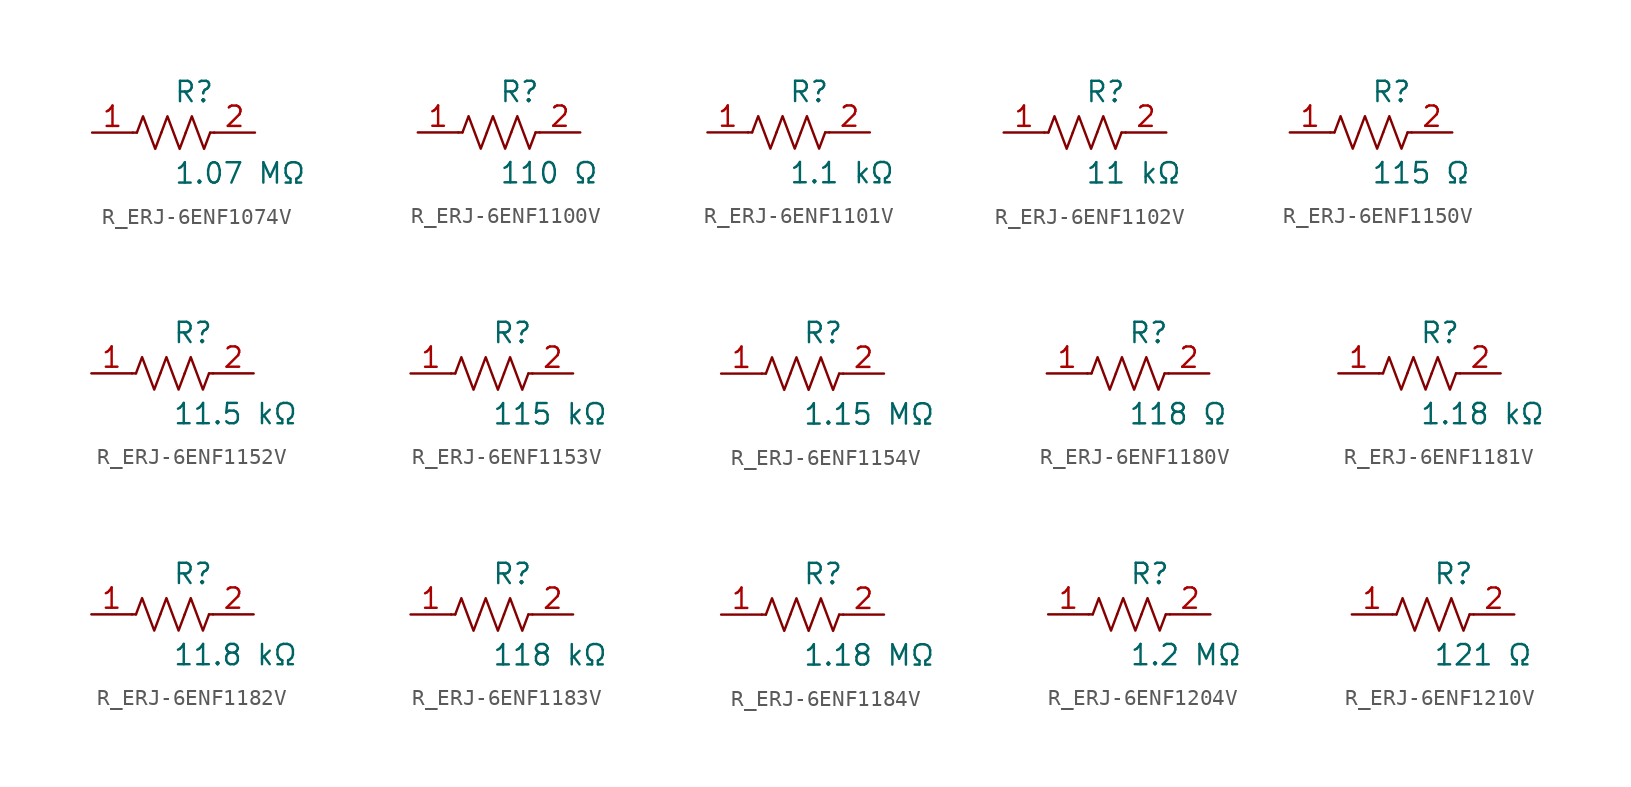
<source format=kicad_sym>
(kicad_symbol_lib
  (version 20231120)
  (generator kicad_symbol_editor)
  (generator_version 8.0)
  (symbol "R_ERJ-6ENF1074V"
    (pin_names
      (offset 0.254))
    (property "Reference" "R"
      (at 0.0 2.54 0)
      (effects (font (size 1.27 1.27)) (justify left)))
    (property "Value" "1.07 MΩ"
      (at 0.0 -2.54 0)
      (effects (font (size 1.27 1.27)) (justify left)))
    (symbol "R_ERJ-6ENF1074V_0_1"
      (polyline (pts (xy 2.286 0) (xy 2.54 0)) (stroke (width 0) (type default)) (fill (type none)))
      (polyline (pts (xy -2.286 0) (xy -2.54 0)) (stroke (width 0) (type default)) (fill (type none)))
      (polyline (pts (xy 0.762 0) (xy 1.143 1.016) (xy 1.524 0) (xy 1.905 -1.016) (xy 2.286 0)) (stroke (width 0) (type default)) (fill (type none)))
      (polyline (pts (xy -0.762 0) (xy -0.381 1.016) (xy 0 0) (xy 0.381 -1.016) (xy 0.762 0)) (stroke (width 0) (type default)) (fill (type none)))
      (polyline (pts (xy -2.286 0) (xy -1.905 1.016) (xy -1.524 0) (xy -1.143 -1.016) (xy -0.762 0)) (stroke (width 0) (type default)) (fill (type none))))
    (pin unspecified line
      (at -5.08 0 0)
      (length 2.54)
      (name "" (effects (font (size 1.27 1.27))))
      (number "1" (effects (font (size 1.27 1.27)))))
    (pin unspecified line
      (at 5.08 0 180)
      (length 2.54)
      (name "" (effects (font (size 1.27 1.27))))
      (number "2" (effects (font (size 1.27 1.27))))))
  (symbol "R_ERJ-6ENF1100V"
    (pin_names
      (offset 0.254))
    (property "Reference" "R"
      (at 0.0 2.54 0)
      (effects (font (size 1.27 1.27)) (justify left)))
    (property "Value" "110 Ω"
      (at 0.0 -2.54 0)
      (effects (font (size 1.27 1.27)) (justify left)))
    (symbol "R_ERJ-6ENF1100V_0_1"
      (polyline (pts (xy 2.286 0) (xy 2.54 0)) (stroke (width 0) (type default)) (fill (type none)))
      (polyline (pts (xy -2.286 0) (xy -2.54 0)) (stroke (width 0) (type default)) (fill (type none)))
      (polyline (pts (xy 0.762 0) (xy 1.143 1.016) (xy 1.524 0) (xy 1.905 -1.016) (xy 2.286 0)) (stroke (width 0) (type default)) (fill (type none)))
      (polyline (pts (xy -0.762 0) (xy -0.381 1.016) (xy 0 0) (xy 0.381 -1.016) (xy 0.762 0)) (stroke (width 0) (type default)) (fill (type none)))
      (polyline (pts (xy -2.286 0) (xy -1.905 1.016) (xy -1.524 0) (xy -1.143 -1.016) (xy -0.762 0)) (stroke (width 0) (type default)) (fill (type none))))
    (pin unspecified line
      (at -5.08 0 0)
      (length 2.54)
      (name "" (effects (font (size 1.27 1.27))))
      (number "1" (effects (font (size 1.27 1.27)))))
    (pin unspecified line
      (at 5.08 0 180)
      (length 2.54)
      (name "" (effects (font (size 1.27 1.27))))
      (number "2" (effects (font (size 1.27 1.27))))))
  (symbol "R_ERJ-6ENF1101V"
    (pin_names
      (offset 0.254))
    (property "Reference" "R"
      (at 0.0 2.54 0)
      (effects (font (size 1.27 1.27)) (justify left)))
    (property "Value" "1.1 kΩ"
      (at 0.0 -2.54 0)
      (effects (font (size 1.27 1.27)) (justify left)))
    (symbol "R_ERJ-6ENF1101V_0_1"
      (polyline (pts (xy 2.286 0) (xy 2.54 0)) (stroke (width 0) (type default)) (fill (type none)))
      (polyline (pts (xy -2.286 0) (xy -2.54 0)) (stroke (width 0) (type default)) (fill (type none)))
      (polyline (pts (xy 0.762 0) (xy 1.143 1.016) (xy 1.524 0) (xy 1.905 -1.016) (xy 2.286 0)) (stroke (width 0) (type default)) (fill (type none)))
      (polyline (pts (xy -0.762 0) (xy -0.381 1.016) (xy 0 0) (xy 0.381 -1.016) (xy 0.762 0)) (stroke (width 0) (type default)) (fill (type none)))
      (polyline (pts (xy -2.286 0) (xy -1.905 1.016) (xy -1.524 0) (xy -1.143 -1.016) (xy -0.762 0)) (stroke (width 0) (type default)) (fill (type none))))
    (pin unspecified line
      (at -5.08 0 0)
      (length 2.54)
      (name "" (effects (font (size 1.27 1.27))))
      (number "1" (effects (font (size 1.27 1.27)))))
    (pin unspecified line
      (at 5.08 0 180)
      (length 2.54)
      (name "" (effects (font (size 1.27 1.27))))
      (number "2" (effects (font (size 1.27 1.27))))))
  (symbol "R_ERJ-6ENF1102V"
    (pin_names
      (offset 0.254))
    (property "Reference" "R"
      (at 0.0 2.54 0)
      (effects (font (size 1.27 1.27)) (justify left)))
    (property "Value" "11 kΩ"
      (at 0.0 -2.54 0)
      (effects (font (size 1.27 1.27)) (justify left)))
    (symbol "R_ERJ-6ENF1102V_0_1"
      (polyline (pts (xy 2.286 0) (xy 2.54 0)) (stroke (width 0) (type default)) (fill (type none)))
      (polyline (pts (xy -2.286 0) (xy -2.54 0)) (stroke (width 0) (type default)) (fill (type none)))
      (polyline (pts (xy 0.762 0) (xy 1.143 1.016) (xy 1.524 0) (xy 1.905 -1.016) (xy 2.286 0)) (stroke (width 0) (type default)) (fill (type none)))
      (polyline (pts (xy -0.762 0) (xy -0.381 1.016) (xy 0 0) (xy 0.381 -1.016) (xy 0.762 0)) (stroke (width 0) (type default)) (fill (type none)))
      (polyline (pts (xy -2.286 0) (xy -1.905 1.016) (xy -1.524 0) (xy -1.143 -1.016) (xy -0.762 0)) (stroke (width 0) (type default)) (fill (type none))))
    (pin unspecified line
      (at -5.08 0 0)
      (length 2.54)
      (name "" (effects (font (size 1.27 1.27))))
      (number "1" (effects (font (size 1.27 1.27)))))
    (pin unspecified line
      (at 5.08 0 180)
      (length 2.54)
      (name "" (effects (font (size 1.27 1.27))))
      (number "2" (effects (font (size 1.27 1.27))))))
  (symbol "R_ERJ-6ENF1150V"
    (pin_names
      (offset 0.254))
    (property "Reference" "R"
      (at 0.0 2.54 0)
      (effects (font (size 1.27 1.27)) (justify left)))
    (property "Value" "115 Ω"
      (at 0.0 -2.54 0)
      (effects (font (size 1.27 1.27)) (justify left)))
    (symbol "R_ERJ-6ENF1150V_0_1"
      (polyline (pts (xy 2.286 0) (xy 2.54 0)) (stroke (width 0) (type default)) (fill (type none)))
      (polyline (pts (xy -2.286 0) (xy -2.54 0)) (stroke (width 0) (type default)) (fill (type none)))
      (polyline (pts (xy 0.762 0) (xy 1.143 1.016) (xy 1.524 0) (xy 1.905 -1.016) (xy 2.286 0)) (stroke (width 0) (type default)) (fill (type none)))
      (polyline (pts (xy -0.762 0) (xy -0.381 1.016) (xy 0 0) (xy 0.381 -1.016) (xy 0.762 0)) (stroke (width 0) (type default)) (fill (type none)))
      (polyline (pts (xy -2.286 0) (xy -1.905 1.016) (xy -1.524 0) (xy -1.143 -1.016) (xy -0.762 0)) (stroke (width 0) (type default)) (fill (type none))))
    (pin unspecified line
      (at -5.08 0 0)
      (length 2.54)
      (name "" (effects (font (size 1.27 1.27))))
      (number "1" (effects (font (size 1.27 1.27)))))
    (pin unspecified line
      (at 5.08 0 180)
      (length 2.54)
      (name "" (effects (font (size 1.27 1.27))))
      (number "2" (effects (font (size 1.27 1.27))))))
  (symbol "R_ERJ-6ENF1152V"
    (pin_names
      (offset 0.254))
    (property "Reference" "R"
      (at 0.0 2.54 0)
      (effects (font (size 1.27 1.27)) (justify left)))
    (property "Value" "11.5 kΩ"
      (at 0.0 -2.54 0)
      (effects (font (size 1.27 1.27)) (justify left)))
    (symbol "R_ERJ-6ENF1152V_0_1"
      (polyline (pts (xy 2.286 0) (xy 2.54 0)) (stroke (width 0) (type default)) (fill (type none)))
      (polyline (pts (xy -2.286 0) (xy -2.54 0)) (stroke (width 0) (type default)) (fill (type none)))
      (polyline (pts (xy 0.762 0) (xy 1.143 1.016) (xy 1.524 0) (xy 1.905 -1.016) (xy 2.286 0)) (stroke (width 0) (type default)) (fill (type none)))
      (polyline (pts (xy -0.762 0) (xy -0.381 1.016) (xy 0 0) (xy 0.381 -1.016) (xy 0.762 0)) (stroke (width 0) (type default)) (fill (type none)))
      (polyline (pts (xy -2.286 0) (xy -1.905 1.016) (xy -1.524 0) (xy -1.143 -1.016) (xy -0.762 0)) (stroke (width 0) (type default)) (fill (type none))))
    (pin unspecified line
      (at -5.08 0 0)
      (length 2.54)
      (name "" (effects (font (size 1.27 1.27))))
      (number "1" (effects (font (size 1.27 1.27)))))
    (pin unspecified line
      (at 5.08 0 180)
      (length 2.54)
      (name "" (effects (font (size 1.27 1.27))))
      (number "2" (effects (font (size 1.27 1.27))))))
  (symbol "R_ERJ-6ENF1153V"
    (pin_names
      (offset 0.254))
    (property "Reference" "R"
      (at 0.0 2.54 0)
      (effects (font (size 1.27 1.27)) (justify left)))
    (property "Value" "115 kΩ"
      (at 0.0 -2.54 0)
      (effects (font (size 1.27 1.27)) (justify left)))
    (symbol "R_ERJ-6ENF1153V_0_1"
      (polyline (pts (xy 2.286 0) (xy 2.54 0)) (stroke (width 0) (type default)) (fill (type none)))
      (polyline (pts (xy -2.286 0) (xy -2.54 0)) (stroke (width 0) (type default)) (fill (type none)))
      (polyline (pts (xy 0.762 0) (xy 1.143 1.016) (xy 1.524 0) (xy 1.905 -1.016) (xy 2.286 0)) (stroke (width 0) (type default)) (fill (type none)))
      (polyline (pts (xy -0.762 0) (xy -0.381 1.016) (xy 0 0) (xy 0.381 -1.016) (xy 0.762 0)) (stroke (width 0) (type default)) (fill (type none)))
      (polyline (pts (xy -2.286 0) (xy -1.905 1.016) (xy -1.524 0) (xy -1.143 -1.016) (xy -0.762 0)) (stroke (width 0) (type default)) (fill (type none))))
    (pin unspecified line
      (at -5.08 0 0)
      (length 2.54)
      (name "" (effects (font (size 1.27 1.27))))
      (number "1" (effects (font (size 1.27 1.27)))))
    (pin unspecified line
      (at 5.08 0 180)
      (length 2.54)
      (name "" (effects (font (size 1.27 1.27))))
      (number "2" (effects (font (size 1.27 1.27))))))
  (symbol "R_ERJ-6ENF1154V"
    (pin_names
      (offset 0.254))
    (property "Reference" "R"
      (at 0.0 2.54 0)
      (effects (font (size 1.27 1.27)) (justify left)))
    (property "Value" "1.15 MΩ"
      (at 0.0 -2.54 0)
      (effects (font (size 1.27 1.27)) (justify left)))
    (symbol "R_ERJ-6ENF1154V_0_1"
      (polyline (pts (xy 2.286 0) (xy 2.54 0)) (stroke (width 0) (type default)) (fill (type none)))
      (polyline (pts (xy -2.286 0) (xy -2.54 0)) (stroke (width 0) (type default)) (fill (type none)))
      (polyline (pts (xy 0.762 0) (xy 1.143 1.016) (xy 1.524 0) (xy 1.905 -1.016) (xy 2.286 0)) (stroke (width 0) (type default)) (fill (type none)))
      (polyline (pts (xy -0.762 0) (xy -0.381 1.016) (xy 0 0) (xy 0.381 -1.016) (xy 0.762 0)) (stroke (width 0) (type default)) (fill (type none)))
      (polyline (pts (xy -2.286 0) (xy -1.905 1.016) (xy -1.524 0) (xy -1.143 -1.016) (xy -0.762 0)) (stroke (width 0) (type default)) (fill (type none))))
    (pin unspecified line
      (at -5.08 0 0)
      (length 2.54)
      (name "" (effects (font (size 1.27 1.27))))
      (number "1" (effects (font (size 1.27 1.27)))))
    (pin unspecified line
      (at 5.08 0 180)
      (length 2.54)
      (name "" (effects (font (size 1.27 1.27))))
      (number "2" (effects (font (size 1.27 1.27))))))
  (symbol "R_ERJ-6ENF1180V"
    (pin_names
      (offset 0.254))
    (property "Reference" "R"
      (at 0.0 2.54 0)
      (effects (font (size 1.27 1.27)) (justify left)))
    (property "Value" "118 Ω"
      (at 0.0 -2.54 0)
      (effects (font (size 1.27 1.27)) (justify left)))
    (symbol "R_ERJ-6ENF1180V_0_1"
      (polyline (pts (xy 2.286 0) (xy 2.54 0)) (stroke (width 0) (type default)) (fill (type none)))
      (polyline (pts (xy -2.286 0) (xy -2.54 0)) (stroke (width 0) (type default)) (fill (type none)))
      (polyline (pts (xy 0.762 0) (xy 1.143 1.016) (xy 1.524 0) (xy 1.905 -1.016) (xy 2.286 0)) (stroke (width 0) (type default)) (fill (type none)))
      (polyline (pts (xy -0.762 0) (xy -0.381 1.016) (xy 0 0) (xy 0.381 -1.016) (xy 0.762 0)) (stroke (width 0) (type default)) (fill (type none)))
      (polyline (pts (xy -2.286 0) (xy -1.905 1.016) (xy -1.524 0) (xy -1.143 -1.016) (xy -0.762 0)) (stroke (width 0) (type default)) (fill (type none))))
    (pin unspecified line
      (at -5.08 0 0)
      (length 2.54)
      (name "" (effects (font (size 1.27 1.27))))
      (number "1" (effects (font (size 1.27 1.27)))))
    (pin unspecified line
      (at 5.08 0 180)
      (length 2.54)
      (name "" (effects (font (size 1.27 1.27))))
      (number "2" (effects (font (size 1.27 1.27))))))
  (symbol "R_ERJ-6ENF1181V"
    (pin_names
      (offset 0.254))
    (property "Reference" "R"
      (at 0.0 2.54 0)
      (effects (font (size 1.27 1.27)) (justify left)))
    (property "Value" "1.18 kΩ"
      (at 0.0 -2.54 0)
      (effects (font (size 1.27 1.27)) (justify left)))
    (symbol "R_ERJ-6ENF1181V_0_1"
      (polyline (pts (xy 2.286 0) (xy 2.54 0)) (stroke (width 0) (type default)) (fill (type none)))
      (polyline (pts (xy -2.286 0) (xy -2.54 0)) (stroke (width 0) (type default)) (fill (type none)))
      (polyline (pts (xy 0.762 0) (xy 1.143 1.016) (xy 1.524 0) (xy 1.905 -1.016) (xy 2.286 0)) (stroke (width 0) (type default)) (fill (type none)))
      (polyline (pts (xy -0.762 0) (xy -0.381 1.016) (xy 0 0) (xy 0.381 -1.016) (xy 0.762 0)) (stroke (width 0) (type default)) (fill (type none)))
      (polyline (pts (xy -2.286 0) (xy -1.905 1.016) (xy -1.524 0) (xy -1.143 -1.016) (xy -0.762 0)) (stroke (width 0) (type default)) (fill (type none))))
    (pin unspecified line
      (at -5.08 0 0)
      (length 2.54)
      (name "" (effects (font (size 1.27 1.27))))
      (number "1" (effects (font (size 1.27 1.27)))))
    (pin unspecified line
      (at 5.08 0 180)
      (length 2.54)
      (name "" (effects (font (size 1.27 1.27))))
      (number "2" (effects (font (size 1.27 1.27))))))
  (symbol "R_ERJ-6ENF1182V"
    (pin_names
      (offset 0.254))
    (property "Reference" "R"
      (at 0.0 2.54 0)
      (effects (font (size 1.27 1.27)) (justify left)))
    (property "Value" "11.8 kΩ"
      (at 0.0 -2.54 0)
      (effects (font (size 1.27 1.27)) (justify left)))
    (symbol "R_ERJ-6ENF1182V_0_1"
      (polyline (pts (xy 2.286 0) (xy 2.54 0)) (stroke (width 0) (type default)) (fill (type none)))
      (polyline (pts (xy -2.286 0) (xy -2.54 0)) (stroke (width 0) (type default)) (fill (type none)))
      (polyline (pts (xy 0.762 0) (xy 1.143 1.016) (xy 1.524 0) (xy 1.905 -1.016) (xy 2.286 0)) (stroke (width 0) (type default)) (fill (type none)))
      (polyline (pts (xy -0.762 0) (xy -0.381 1.016) (xy 0 0) (xy 0.381 -1.016) (xy 0.762 0)) (stroke (width 0) (type default)) (fill (type none)))
      (polyline (pts (xy -2.286 0) (xy -1.905 1.016) (xy -1.524 0) (xy -1.143 -1.016) (xy -0.762 0)) (stroke (width 0) (type default)) (fill (type none))))
    (pin unspecified line
      (at -5.08 0 0)
      (length 2.54)
      (name "" (effects (font (size 1.27 1.27))))
      (number "1" (effects (font (size 1.27 1.27)))))
    (pin unspecified line
      (at 5.08 0 180)
      (length 2.54)
      (name "" (effects (font (size 1.27 1.27))))
      (number "2" (effects (font (size 1.27 1.27))))))
  (symbol "R_ERJ-6ENF1183V"
    (pin_names
      (offset 0.254))
    (property "Reference" "R"
      (at 0.0 2.54 0)
      (effects (font (size 1.27 1.27)) (justify left)))
    (property "Value" "118 kΩ"
      (at 0.0 -2.54 0)
      (effects (font (size 1.27 1.27)) (justify left)))
    (symbol "R_ERJ-6ENF1183V_0_1"
      (polyline (pts (xy 2.286 0) (xy 2.54 0)) (stroke (width 0) (type default)) (fill (type none)))
      (polyline (pts (xy -2.286 0) (xy -2.54 0)) (stroke (width 0) (type default)) (fill (type none)))
      (polyline (pts (xy 0.762 0) (xy 1.143 1.016) (xy 1.524 0) (xy 1.905 -1.016) (xy 2.286 0)) (stroke (width 0) (type default)) (fill (type none)))
      (polyline (pts (xy -0.762 0) (xy -0.381 1.016) (xy 0 0) (xy 0.381 -1.016) (xy 0.762 0)) (stroke (width 0) (type default)) (fill (type none)))
      (polyline (pts (xy -2.286 0) (xy -1.905 1.016) (xy -1.524 0) (xy -1.143 -1.016) (xy -0.762 0)) (stroke (width 0) (type default)) (fill (type none))))
    (pin unspecified line
      (at -5.08 0 0)
      (length 2.54)
      (name "" (effects (font (size 1.27 1.27))))
      (number "1" (effects (font (size 1.27 1.27)))))
    (pin unspecified line
      (at 5.08 0 180)
      (length 2.54)
      (name "" (effects (font (size 1.27 1.27))))
      (number "2" (effects (font (size 1.27 1.27))))))
  (symbol "R_ERJ-6ENF1184V"
    (pin_names
      (offset 0.254))
    (property "Reference" "R"
      (at 0.0 2.54 0)
      (effects (font (size 1.27 1.27)) (justify left)))
    (property "Value" "1.18 MΩ"
      (at 0.0 -2.54 0)
      (effects (font (size 1.27 1.27)) (justify left)))
    (symbol "R_ERJ-6ENF1184V_0_1"
      (polyline (pts (xy 2.286 0) (xy 2.54 0)) (stroke (width 0) (type default)) (fill (type none)))
      (polyline (pts (xy -2.286 0) (xy -2.54 0)) (stroke (width 0) (type default)) (fill (type none)))
      (polyline (pts (xy 0.762 0) (xy 1.143 1.016) (xy 1.524 0) (xy 1.905 -1.016) (xy 2.286 0)) (stroke (width 0) (type default)) (fill (type none)))
      (polyline (pts (xy -0.762 0) (xy -0.381 1.016) (xy 0 0) (xy 0.381 -1.016) (xy 0.762 0)) (stroke (width 0) (type default)) (fill (type none)))
      (polyline (pts (xy -2.286 0) (xy -1.905 1.016) (xy -1.524 0) (xy -1.143 -1.016) (xy -0.762 0)) (stroke (width 0) (type default)) (fill (type none))))
    (pin unspecified line
      (at -5.08 0 0)
      (length 2.54)
      (name "" (effects (font (size 1.27 1.27))))
      (number "1" (effects (font (size 1.27 1.27)))))
    (pin unspecified line
      (at 5.08 0 180)
      (length 2.54)
      (name "" (effects (font (size 1.27 1.27))))
      (number "2" (effects (font (size 1.27 1.27))))))
  (symbol "R_ERJ-6ENF1204V"
    (pin_names
      (offset 0.254))
    (property "Reference" "R"
      (at 0.0 2.54 0)
      (effects (font (size 1.27 1.27)) (justify left)))
    (property "Value" "1.2 MΩ"
      (at 0.0 -2.54 0)
      (effects (font (size 1.27 1.27)) (justify left)))
    (symbol "R_ERJ-6ENF1204V_0_1"
      (polyline (pts (xy 2.286 0) (xy 2.54 0)) (stroke (width 0) (type default)) (fill (type none)))
      (polyline (pts (xy -2.286 0) (xy -2.54 0)) (stroke (width 0) (type default)) (fill (type none)))
      (polyline (pts (xy 0.762 0) (xy 1.143 1.016) (xy 1.524 0) (xy 1.905 -1.016) (xy 2.286 0)) (stroke (width 0) (type default)) (fill (type none)))
      (polyline (pts (xy -0.762 0) (xy -0.381 1.016) (xy 0 0) (xy 0.381 -1.016) (xy 0.762 0)) (stroke (width 0) (type default)) (fill (type none)))
      (polyline (pts (xy -2.286 0) (xy -1.905 1.016) (xy -1.524 0) (xy -1.143 -1.016) (xy -0.762 0)) (stroke (width 0) (type default)) (fill (type none))))
    (pin unspecified line
      (at -5.08 0 0)
      (length 2.54)
      (name "" (effects (font (size 1.27 1.27))))
      (number "1" (effects (font (size 1.27 1.27)))))
    (pin unspecified line
      (at 5.08 0 180)
      (length 2.54)
      (name "" (effects (font (size 1.27 1.27))))
      (number "2" (effects (font (size 1.27 1.27))))))
  (symbol "R_ERJ-6ENF1210V"
    (pin_names
      (offset 0.254))
    (property "Reference" "R"
      (at 0.0 2.54 0)
      (effects (font (size 1.27 1.27)) (justify left)))
    (property "Value" "121 Ω"
      (at 0.0 -2.54 0)
      (effects (font (size 1.27 1.27)) (justify left)))
    (symbol "R_ERJ-6ENF1210V_0_1"
      (polyline (pts (xy 2.286 0) (xy 2.54 0)) (stroke (width 0) (type default)) (fill (type none)))
      (polyline (pts (xy -2.286 0) (xy -2.54 0)) (stroke (width 0) (type default)) (fill (type none)))
      (polyline (pts (xy 0.762 0) (xy 1.143 1.016) (xy 1.524 0) (xy 1.905 -1.016) (xy 2.286 0)) (stroke (width 0) (type default)) (fill (type none)))
      (polyline (pts (xy -0.762 0) (xy -0.381 1.016) (xy 0 0) (xy 0.381 -1.016) (xy 0.762 0)) (stroke (width 0) (type default)) (fill (type none)))
      (polyline (pts (xy -2.286 0) (xy -1.905 1.016) (xy -1.524 0) (xy -1.143 -1.016) (xy -0.762 0)) (stroke (width 0) (type default)) (fill (type none))))
    (pin unspecified line
      (at -5.08 0 0)
      (length 2.54)
      (name "" (effects (font (size 1.27 1.27))))
      (number "1" (effects (font (size 1.27 1.27)))))
    (pin unspecified line
      (at 5.08 0 180)
      (length 2.54)
      (name "" (effects (font (size 1.27 1.27))))
      (number "2" (effects (font (size 1.27 1.27)))))))
</source>
